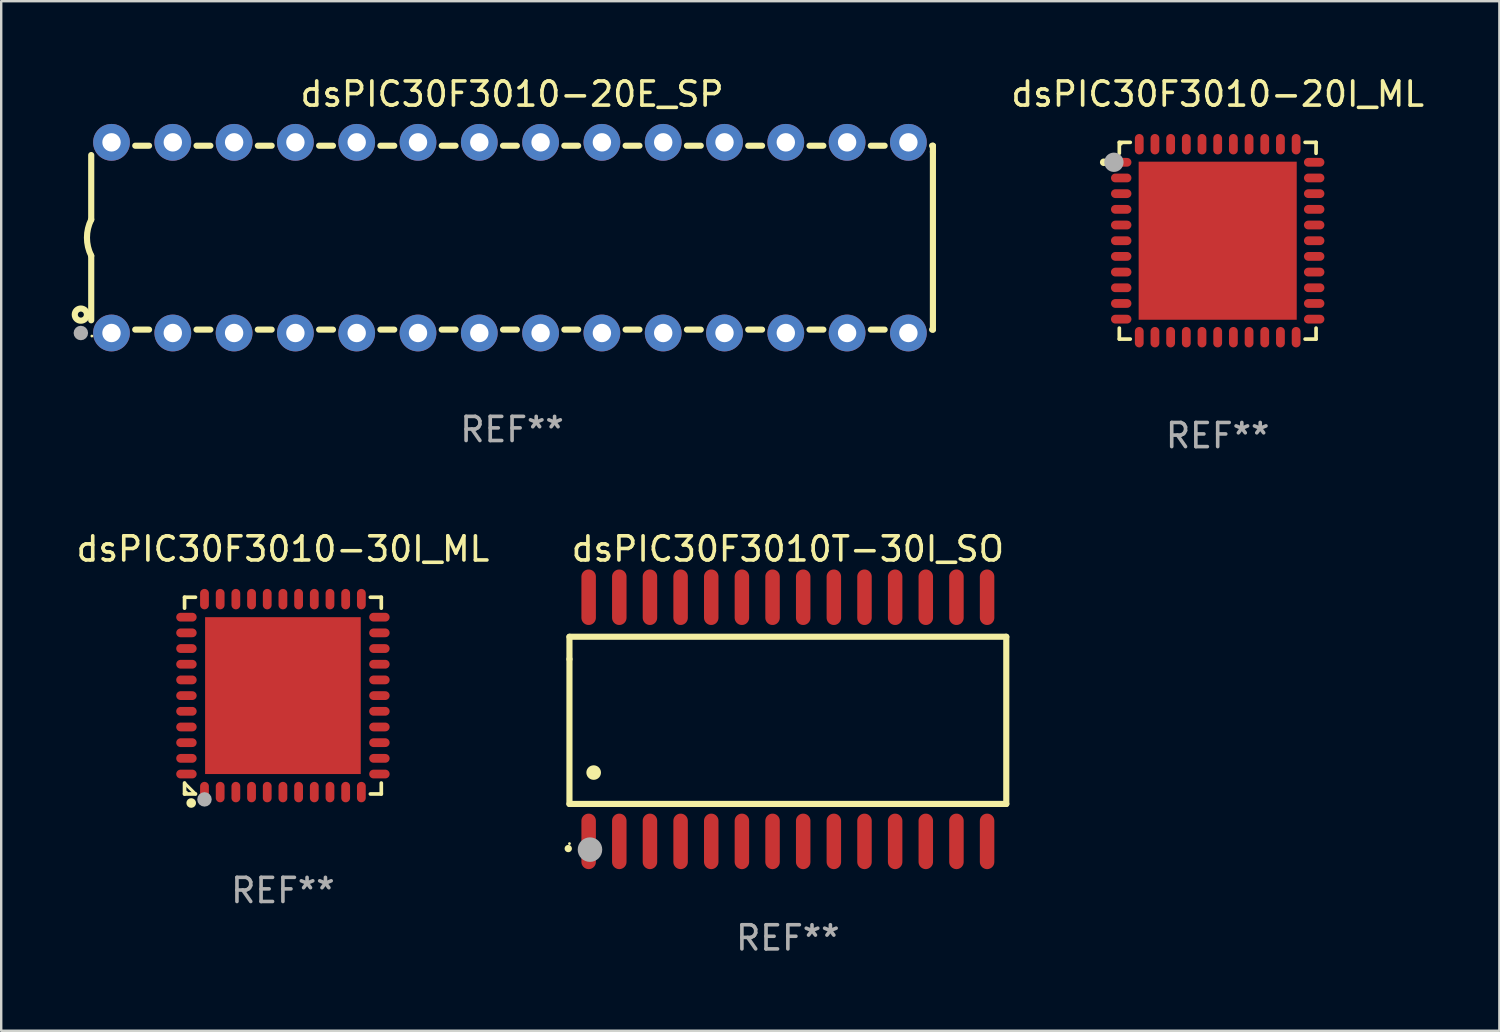
<source format=kicad_pcb>
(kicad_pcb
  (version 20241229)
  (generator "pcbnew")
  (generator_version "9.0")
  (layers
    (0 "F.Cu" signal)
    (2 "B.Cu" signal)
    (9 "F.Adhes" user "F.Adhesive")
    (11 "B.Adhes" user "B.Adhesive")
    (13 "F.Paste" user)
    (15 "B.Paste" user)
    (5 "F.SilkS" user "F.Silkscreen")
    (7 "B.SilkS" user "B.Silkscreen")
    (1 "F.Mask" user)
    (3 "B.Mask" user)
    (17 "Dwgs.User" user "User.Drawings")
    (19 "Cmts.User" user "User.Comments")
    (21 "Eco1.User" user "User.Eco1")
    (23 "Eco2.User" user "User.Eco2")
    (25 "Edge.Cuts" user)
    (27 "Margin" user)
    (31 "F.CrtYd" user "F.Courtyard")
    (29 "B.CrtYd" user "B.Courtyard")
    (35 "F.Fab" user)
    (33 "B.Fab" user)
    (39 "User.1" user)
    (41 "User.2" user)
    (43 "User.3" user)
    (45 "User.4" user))
  (footprint "dsPIC30F3010-30I_ML"
    (layer "F.Cu")
    (at 8.673 25.773)
    (property "Reference" "dsPIC30F3010-30I_ML" (at 0 -6.076 0) (layer "F.SilkS") (effects (font (size 1 1) (thickness 0.15))))
    (attr through_hole)
    (fp_line (start -4.076 -4.076) (end -3.623 -4.076) (stroke (width 0.152) (type solid)) (layer "F.SilkS"))
    (fp_line (start -4.076 -3.623) (end -4.076 -4.076) (stroke (width 0.152) (type solid)) (layer "F.SilkS"))
    (fp_line (start -4.076 3.623) (end -4.076 4.076) (stroke (width 0.152) (type solid)) (layer "F.SilkS"))
    (fp_line (start -4.076 4.076) (end -3.623 4.076) (stroke (width 0.152) (type solid)) (layer "F.SilkS"))
    (fp_line (start -3.623 4.076) (end -4.076 3.623) (stroke (width 0.127) (type solid)) (layer "F.SilkS"))
    (fp_line (start 4.076 -4.076) (end 3.623 -4.076) (stroke (width 0.152) (type solid)) (layer "F.SilkS"))
    (fp_line (start 4.076 -3.623) (end 4.076 -4.076) (stroke (width 0.152) (type solid)) (layer "F.SilkS"))
    (fp_line (start 4.076 3.623) (end 4.076 4.076) (stroke (width 0.152) (type solid)) (layer "F.SilkS"))
    (fp_line (start 4.076 4.076) (end 3.623 4.076) (stroke (width 0.152) (type solid)) (layer "F.SilkS"))
    (fp_circle (center -4 4) (end -3.97 4) (stroke (width 0.06) (type solid)) (fill no) (layer "F.SilkS"))
    (fp_circle (center -3.8 4.45) (end -3.7 4.45) (stroke (width 0.2) (type solid)) (fill no) (layer "F.SilkS"))
    (fp_circle (center -3.25 4.3) (end -3.1 4.3) (stroke (width 0.3) (type solid)) (fill no) (layer "F.Fab"))
    (fp_text user "REF**" (at 0 8.076 0) (layer "F.Fab") (effects (font (size 1 1) (thickness 0.15))))
    (pad "1" smd oval (at -3.25 3.998) (size 0.364 0.847) (layers "F.Cu" "F.Mask" "F.Paste"))
    (pad "2" smd oval (at -2.6 3.998) (size 0.364 0.847) (layers "F.Cu" "F.Mask" "F.Paste"))
    (pad "3" smd oval (at -1.95 3.998) (size 0.364 0.847) (layers "F.Cu" "F.Mask" "F.Paste"))
    (pad "4" smd oval (at -1.3 3.998) (size 0.364 0.847) (layers "F.Cu" "F.Mask" "F.Paste"))
    (pad "5" smd oval (at -0.65 3.998) (size 0.364 0.847) (layers "F.Cu" "F.Mask" "F.Paste"))
    (pad "6" smd oval (at 0 3.998) (size 0.364 0.847) (layers "F.Cu" "F.Mask" "F.Paste"))
    (pad "7" smd oval (at 0.65 3.998) (size 0.364 0.847) (layers "F.Cu" "F.Mask" "F.Paste"))
    (pad "8" smd oval (at 1.3 3.998) (size 0.364 0.847) (layers "F.Cu" "F.Mask" "F.Paste"))
    (pad "9" smd oval (at 1.95 3.998) (size 0.364 0.847) (layers "F.Cu" "F.Mask" "F.Paste"))
    (pad "10" smd oval (at 2.6 3.998) (size 0.364 0.847) (layers "F.Cu" "F.Mask" "F.Paste"))
    (pad "11" smd oval (at 3.25 3.998) (size 0.364 0.847) (layers "F.Cu" "F.Mask" "F.Paste"))
    (pad "12" smd oval (at 3.998 3.25) (size 0.847 0.364) (layers "F.Cu" "F.Mask" "F.Paste"))
    (pad "13" smd oval (at 3.998 2.6) (size 0.847 0.364) (layers "F.Cu" "F.Mask" "F.Paste"))
    (pad "14" smd oval (at 3.998 1.95) (size 0.847 0.364) (layers "F.Cu" "F.Mask" "F.Paste"))
    (pad "15" smd oval (at 3.998 1.3) (size 0.847 0.364) (layers "F.Cu" "F.Mask" "F.Paste"))
    (pad "16" smd oval (at 3.998 0.65) (size 0.847 0.364) (layers "F.Cu" "F.Mask" "F.Paste"))
    (pad "17" smd oval (at 3.998 0) (size 0.847 0.364) (layers "F.Cu" "F.Mask" "F.Paste"))
    (pad "18" smd oval (at 3.998 -0.65) (size 0.847 0.364) (layers "F.Cu" "F.Mask" "F.Paste"))
    (pad "19" smd oval (at 3.998 -1.3) (size 0.847 0.364) (layers "F.Cu" "F.Mask" "F.Paste"))
    (pad "20" smd oval (at 3.998 -1.95) (size 0.847 0.364) (layers "F.Cu" "F.Mask" "F.Paste"))
    (pad "21" smd oval (at 3.998 -2.6) (size 0.847 0.364) (layers "F.Cu" "F.Mask" "F.Paste"))
    (pad "22" smd oval (at 3.998 -3.25) (size 0.847 0.364) (layers "F.Cu" "F.Mask" "F.Paste"))
    (pad "23" smd oval (at 3.25 -3.998) (size 0.364 0.847) (layers "F.Cu" "F.Mask" "F.Paste"))
    (pad "24" smd oval (at 2.6 -3.998) (size 0.364 0.847) (layers "F.Cu" "F.Mask" "F.Paste"))
    (pad "25" smd oval (at 1.95 -3.998) (size 0.364 0.847) (layers "F.Cu" "F.Mask" "F.Paste"))
    (pad "26" smd oval (at 1.3 -3.998) (size 0.364 0.847) (layers "F.Cu" "F.Mask" "F.Paste"))
    (pad "27" smd oval (at 0.65 -3.998) (size 0.364 0.847) (layers "F.Cu" "F.Mask" "F.Paste"))
    (pad "28" smd oval (at 0 -3.998) (size 0.364 0.847) (layers "F.Cu" "F.Mask" "F.Paste"))
    (pad "29" smd oval (at -0.65 -3.998) (size 0.364 0.847) (layers "F.Cu" "F.Mask" "F.Paste"))
    (pad "30" smd oval (at -1.3 -3.998) (size 0.364 0.847) (layers "F.Cu" "F.Mask" "F.Paste"))
    (pad "31" smd oval (at -1.95 -3.998) (size 0.364 0.847) (layers "F.Cu" "F.Mask" "F.Paste"))
    (pad "32" smd oval (at -2.6 -3.998) (size 0.364 0.847) (layers "F.Cu" "F.Mask" "F.Paste"))
    (pad "33" smd oval (at -3.25 -3.998) (size 0.364 0.847) (layers "F.Cu" "F.Mask" "F.Paste"))
    (pad "34" smd oval (at -3.998 -3.25) (size 0.847 0.364) (layers "F.Cu" "F.Mask" "F.Paste"))
    (pad "35" smd oval (at -3.998 -2.6) (size 0.847 0.364) (layers "F.Cu" "F.Mask" "F.Paste"))
    (pad "36" smd oval (at -3.998 -1.95) (size 0.847 0.364) (layers "F.Cu" "F.Mask" "F.Paste"))
    (pad "37" smd oval (at -3.998 -1.3) (size 0.847 0.364) (layers "F.Cu" "F.Mask" "F.Paste"))
    (pad "38" smd oval (at -3.998 -0.65) (size 0.847 0.364) (layers "F.Cu" "F.Mask" "F.Paste"))
    (pad "39" smd oval (at -3.998 0) (size 0.847 0.364) (layers "F.Cu" "F.Mask" "F.Paste"))
    (pad "40" smd oval (at -3.998 0.65) (size 0.847 0.364) (layers "F.Cu" "F.Mask" "F.Paste"))
    (pad "41" smd oval (at -3.998 1.3) (size 0.847 0.364) (layers "F.Cu" "F.Mask" "F.Paste"))
    (pad "42" smd oval (at -3.998 1.95) (size 0.847 0.364) (layers "F.Cu" "F.Mask" "F.Paste"))
    (pad "43" smd oval (at -3.998 2.6) (size 0.847 0.364) (layers "F.Cu" "F.Mask" "F.Paste"))
    (pad "44" smd oval (at -3.998 3.25) (size 0.847 0.364) (layers "F.Cu" "F.Mask" "F.Paste"))
    (pad "45" smd rect (at 0 0) (size 6.45 6.5) (layers "F.Cu" "F.Mask" "F.Paste")))
  (footprint "dsPIC30F3010-20E_SP"
    (layer "F.Cu")
    (at 18.168 6.798)
    (property "Reference" "dsPIC30F3010-20E_SP" (at 0 -5.95 0) (layer "F.SilkS") (effects (font (size 1 1) (thickness 0.15))))
    (attr through_hole)
    (fp_line (start -17.438 0.75) (end -17.438 3.423) (stroke (width 0.254) (type solid)) (layer "F.SilkS"))
    (fp_line (start -17.438 -3.423) (end -17.438 -0.75) (stroke (width 0.254) (type solid)) (layer "F.SilkS"))
    (fp_line (start -15.615 3.81) (end -15.041 3.81) (stroke (width 0.254) (type solid)) (layer "F.SilkS"))
    (fp_line (start -15.041 -3.81) (end -15.614 -3.81) (stroke (width 0.254) (type solid)) (layer "F.SilkS"))
    (fp_line (start -13.075 3.81) (end -12.501 3.81) (stroke (width 0.254) (type solid)) (layer "F.SilkS"))
    (fp_line (start -12.501 -3.81) (end -13.074 -3.81) (stroke (width 0.254) (type solid)) (layer "F.SilkS"))
    (fp_line (start -10.535 3.81) (end -9.961 3.81) (stroke (width 0.254) (type solid)) (layer "F.SilkS"))
    (fp_line (start -9.961 -3.81) (end -10.534 -3.81) (stroke (width 0.254) (type solid)) (layer "F.SilkS"))
    (fp_line (start -7.995 3.81) (end -7.421 3.81) (stroke (width 0.254) (type solid)) (layer "F.SilkS"))
    (fp_line (start -7.421 -3.81) (end -7.995 -3.81) (stroke (width 0.254) (type solid)) (layer "F.SilkS"))
    (fp_line (start -5.455 3.81) (end -4.881 3.81) (stroke (width 0.254) (type solid)) (layer "F.SilkS"))
    (fp_line (start -4.881 -3.81) (end -5.455 -3.81) (stroke (width 0.254) (type solid)) (layer "F.SilkS"))
    (fp_line (start -2.915 3.81) (end -2.341 3.81) (stroke (width 0.254) (type solid)) (layer "F.SilkS"))
    (fp_line (start -2.341 -3.81) (end -2.915 -3.81) (stroke (width 0.254) (type solid)) (layer "F.SilkS"))
    (fp_line (start -0.375 3.81) (end 0.199 3.81) (stroke (width 0.254) (type solid)) (layer "F.SilkS"))
    (fp_line (start 0.199 -3.81) (end -0.375 -3.81) (stroke (width 0.254) (type solid)) (layer "F.SilkS"))
    (fp_line (start 2.165 3.81) (end 2.739 3.81) (stroke (width 0.254) (type solid)) (layer "F.SilkS"))
    (fp_line (start 2.739 -3.81) (end 2.165 -3.81) (stroke (width 0.254) (type solid)) (layer "F.SilkS"))
    (fp_line (start 4.705 3.81) (end 5.279 3.81) (stroke (width 0.254) (type solid)) (layer "F.SilkS"))
    (fp_line (start 5.279 -3.81) (end 4.705 -3.81) (stroke (width 0.254) (type solid)) (layer "F.SilkS"))
    (fp_line (start 7.245 3.81) (end 7.819 3.81) (stroke (width 0.254) (type solid)) (layer "F.SilkS"))
    (fp_line (start 7.819 -3.81) (end 7.245 -3.81) (stroke (width 0.254) (type solid)) (layer "F.SilkS"))
    (fp_line (start 9.785 3.81) (end 10.359 3.81) (stroke (width 0.254) (type solid)) (layer "F.SilkS"))
    (fp_line (start 10.359 -3.81) (end 9.785 -3.81) (stroke (width 0.254) (type solid)) (layer "F.SilkS"))
    (fp_line (start 12.325 3.81) (end 12.899 3.81) (stroke (width 0.254) (type solid)) (layer "F.SilkS"))
    (fp_line (start 12.899 -3.81) (end 12.325 -3.81) (stroke (width 0.254) (type solid)) (layer "F.SilkS"))
    (fp_line (start 14.865 3.81) (end 15.439 3.81) (stroke (width 0.254) (type solid)) (layer "F.SilkS"))
    (fp_line (start 15.439 -3.81) (end 14.865 -3.81) (stroke (width 0.254) (type solid)) (layer "F.SilkS"))
    (fp_line (start 17.405 3.81) (end 17.438 3.81) (stroke (width 0.254) (type solid)) (layer "F.SilkS"))
    (fp_line (start 17.438 -3.81) (end 17.405 -3.81) (stroke (width 0.254) (type solid)) (layer "F.SilkS"))
    (fp_line (start 17.438 -3.556) (end 17.438 -3.81) (stroke (width 0.254) (type solid)) (layer "F.SilkS"))
    (fp_line (start 17.438 3.81) (end 17.438 -3.556) (stroke (width 0.254) (type solid)) (layer "F.SilkS"))
    (fp_arc (start -17.437986 0.749657) (mid -17.614887 -0.000024) (end -17.437783 -0.749657) (stroke (width 0.254001) (type solid)) (layer "F.SilkS"))
    (fp_circle (center -17.868 3.188) (end -17.743 3.188) (stroke (width 0.254) (type solid)) (fill no) (layer "F.SilkS"))
    (fp_circle (center -17.411 4.077) (end -17.381 4.077) (stroke (width 0.06) (type solid)) (fill no) (layer "F.SilkS"))
    (fp_circle (center -17.868 3.95) (end -17.718 3.95) (stroke (width 0.3) (type solid)) (fill no) (layer "F.Fab"))
    (fp_text user "REF**" (at 0 7.95 0) (layer "F.Fab") (effects (font (size 1 1) (thickness 0.15))))
    (pad "1" thru_hole circle (at -16.598 3.95) (size 1.524 1.524) (drill 0.762) (layers "*.Cu" "*.Mask"))
    (pad "2" thru_hole circle (at -14.058 3.95) (size 1.524 1.524) (drill 0.762) (layers "*.Cu" "*.Mask"))
    (pad "3" thru_hole circle (at -11.518 3.95) (size 1.524 1.524) (drill 0.762) (layers "*.Cu" "*.Mask"))
    (pad "4" thru_hole circle (at -8.978 3.95) (size 1.524 1.524) (drill 0.762) (layers "*.Cu" "*.Mask"))
    (pad "5" thru_hole circle (at -6.438 3.95) (size 1.524 1.524) (drill 0.762) (layers "*.Cu" "*.Mask"))
    (pad "6" thru_hole circle (at -3.898 3.95) (size 1.524 1.524) (drill 0.762) (layers "*.Cu" "*.Mask"))
    (pad "7" thru_hole circle (at -1.358 3.95) (size 1.524 1.524) (drill 0.762) (layers "*.Cu" "*.Mask"))
    (pad "8" thru_hole circle (at 1.182 3.95) (size 1.524 1.524) (drill 0.762) (layers "*.Cu" "*.Mask"))
    (pad "9" thru_hole circle (at 3.722 3.95) (size 1.524 1.524) (drill 0.762) (layers "*.Cu" "*.Mask"))
    (pad "10" thru_hole circle (at 6.262 3.95) (size 1.524 1.524) (drill 0.762) (layers "*.Cu" "*.Mask"))
    (pad "11" thru_hole circle (at 8.802 3.95) (size 1.524 1.524) (drill 0.762) (layers "*.Cu" "*.Mask"))
    (pad "12" thru_hole circle (at 11.342 3.95) (size 1.524 1.524) (drill 0.762) (layers "*.Cu" "*.Mask"))
    (pad "13" thru_hole circle (at 13.882 3.95) (size 1.524 1.524) (drill 0.762) (layers "*.Cu" "*.Mask"))
    (pad "14" thru_hole circle (at 16.422 3.95) (size 1.524 1.524) (drill 0.762) (layers "*.Cu" "*.Mask"))
    (pad "15" thru_hole circle (at 16.422 -3.95) (size 1.524 1.524) (drill 0.762) (layers "*.Cu" "*.Mask"))
    (pad "16" thru_hole circle (at 13.882 -3.95) (size 1.524 1.524) (drill 0.762) (layers "*.Cu" "*.Mask"))
    (pad "17" thru_hole circle (at 11.342 -3.95) (size 1.524 1.524) (drill 0.762) (layers "*.Cu" "*.Mask"))
    (pad "18" thru_hole circle (at 8.802 -3.95) (size 1.524 1.524) (drill 0.762) (layers "*.Cu" "*.Mask"))
    (pad "19" thru_hole circle (at 6.262 -3.95) (size 1.524 1.524) (drill 0.762) (layers "*.Cu" "*.Mask"))
    (pad "20" thru_hole circle (at 3.722 -3.95) (size 1.524 1.524) (drill 0.762) (layers "*.Cu" "*.Mask"))
    (pad "21" thru_hole circle (at 1.182 -3.95) (size 1.524 1.524) (drill 0.762) (layers "*.Cu" "*.Mask"))
    (pad "22" thru_hole circle (at -1.358 -3.95) (size 1.524 1.524) (drill 0.762) (layers "*.Cu" "*.Mask"))
    (pad "23" thru_hole circle (at -3.898 -3.95) (size 1.524 1.524) (drill 0.762) (layers "*.Cu" "*.Mask"))
    (pad "24" thru_hole circle (at -6.438 -3.95) (size 1.524 1.524) (drill 0.762) (layers "*.Cu" "*.Mask"))
    (pad "25" thru_hole circle (at -8.978 -3.95) (size 1.524 1.524) (drill 0.762) (layers "*.Cu" "*.Mask"))
    (pad "26" thru_hole circle (at -11.517 -3.95) (size 1.524 1.524) (drill 0.762) (layers "*.Cu" "*.Mask"))
    (pad "27" thru_hole circle (at -14.057 -3.95) (size 1.524 1.524) (drill 0.762) (layers "*.Cu" "*.Mask"))
    (pad "28" thru_hole circle (at -16.597 -3.95) (size 1.524 1.524) (drill 0.762) (layers "*.Cu" "*.Mask")))
  (footprint "dsPIC30F3010-20I_ML"
    (layer "F.Cu")
    (at 47.406 6.924)
    (property "Reference" "dsPIC30F3010-20I_ML" (at 0 -6.076 0) (layer "F.SilkS") (effects (font (size 1 1) (thickness 0.15))))
    (attr through_hole)
    (fp_line (start -4.076 -4.076) (end -4.076 -3.622) (stroke (width 0.152) (type solid)) (layer "F.SilkS"))
    (fp_line (start -4.076 4.076) (end -4.076 3.622) (stroke (width 0.152) (type solid)) (layer "F.SilkS"))
    (fp_line (start -3.622 -4.076) (end -4.076 -4.076) (stroke (width 0.152) (type solid)) (layer "F.SilkS"))
    (fp_line (start -3.622 4.076) (end -4.076 4.076) (stroke (width 0.152) (type solid)) (layer "F.SilkS"))
    (fp_line (start 3.622 -4.076) (end 4.076 -4.076) (stroke (width 0.152) (type solid)) (layer "F.SilkS"))
    (fp_line (start 3.622 4.076) (end 4.076 4.076) (stroke (width 0.152) (type solid)) (layer "F.SilkS"))
    (fp_line (start 4.076 -4.076) (end 4.076 -3.622) (stroke (width 0.152) (type solid)) (layer "F.SilkS"))
    (fp_line (start 4.076 4.076) (end 4.076 3.622) (stroke (width 0.152) (type solid)) (layer "F.SilkS"))
    (fp_circle (center -4.722 -3.25) (end -4.643 -3.25) (stroke (width 0.158) (type solid)) (fill no) (layer "F.SilkS"))
    (fp_circle (center -4 -4) (end -3.97 -4) (stroke (width 0.06) (type solid)) (fill no) (layer "F.SilkS"))
    (fp_circle (center -4.3 -3.25) (end -4.1 -3.25) (stroke (width 0.4) (type solid)) (fill no) (layer "F.Fab"))
    (fp_text user "REF**" (at 0 8.076 0) (layer "F.Fab") (effects (font (size 1 1) (thickness 0.15))))
    (pad "1" smd oval (at -3.998 -3.25 270) (size 0.364 0.847) (layers "F.Cu" "F.Mask" "F.Paste"))
    (pad "2" smd oval (at -3.998 -2.6 270) (size 0.364 0.847) (layers "F.Cu" "F.Mask" "F.Paste"))
    (pad "3" smd oval (at -3.998 -1.95 270) (size 0.364 0.847) (layers "F.Cu" "F.Mask" "F.Paste"))
    (pad "4" smd oval (at -3.998 -1.3 270) (size 0.364 0.847) (layers "F.Cu" "F.Mask" "F.Paste"))
    (pad "5" smd oval (at -3.998 -0.65 270) (size 0.364 0.847) (layers "F.Cu" "F.Mask" "F.Paste"))
    (pad "6" smd oval (at -3.998 0 270) (size 0.364 0.847) (layers "F.Cu" "F.Mask" "F.Paste"))
    (pad "7" smd oval (at -3.998 0.65 270) (size 0.364 0.847) (layers "F.Cu" "F.Mask" "F.Paste"))
    (pad "8" smd oval (at -3.998 1.3 270) (size 0.364 0.847) (layers "F.Cu" "F.Mask" "F.Paste"))
    (pad "9" smd oval (at -3.998 1.95 270) (size 0.364 0.847) (layers "F.Cu" "F.Mask" "F.Paste"))
    (pad "10" smd oval (at -3.998 2.6 270) (size 0.364 0.847) (layers "F.Cu" "F.Mask" "F.Paste"))
    (pad "11" smd oval (at -3.998 3.25 270) (size 0.364 0.847) (layers "F.Cu" "F.Mask" "F.Paste"))
    (pad "12" smd oval (at -3.25 3.998 270) (size 0.847 0.364) (layers "F.Cu" "F.Mask" "F.Paste"))
    (pad "13" smd oval (at -2.6 3.998 270) (size 0.847 0.364) (layers "F.Cu" "F.Mask" "F.Paste"))
    (pad "14" smd oval (at -1.95 3.998 270) (size 0.847 0.364) (layers "F.Cu" "F.Mask" "F.Paste"))
    (pad "15" smd oval (at -1.3 3.998 270) (size 0.847 0.364) (layers "F.Cu" "F.Mask" "F.Paste"))
    (pad "16" smd oval (at -0.65 3.998 270) (size 0.847 0.364) (layers "F.Cu" "F.Mask" "F.Paste"))
    (pad "17" smd oval (at 0 3.998 270) (size 0.847 0.364) (layers "F.Cu" "F.Mask" "F.Paste"))
    (pad "18" smd oval (at 0.65 3.998 270) (size 0.847 0.364) (layers "F.Cu" "F.Mask" "F.Paste"))
    (pad "19" smd oval (at 1.3 3.998 270) (size 0.847 0.364) (layers "F.Cu" "F.Mask" "F.Paste"))
    (pad "20" smd oval (at 1.95 3.998 270) (size 0.847 0.364) (layers "F.Cu" "F.Mask" "F.Paste"))
    (pad "21" smd oval (at 2.6 3.998 270) (size 0.847 0.364) (layers "F.Cu" "F.Mask" "F.Paste"))
    (pad "22" smd oval (at 3.25 3.998 270) (size 0.847 0.364) (layers "F.Cu" "F.Mask" "F.Paste"))
    (pad "23" smd oval (at 3.998 3.25 270) (size 0.364 0.847) (layers "F.Cu" "F.Mask" "F.Paste"))
    (pad "24" smd oval (at 3.998 2.6 270) (size 0.364 0.847) (layers "F.Cu" "F.Mask" "F.Paste"))
    (pad "25" smd oval (at 3.998 1.95 270) (size 0.364 0.847) (layers "F.Cu" "F.Mask" "F.Paste"))
    (pad "26" smd oval (at 3.998 1.3 270) (size 0.364 0.847) (layers "F.Cu" "F.Mask" "F.Paste"))
    (pad "27" smd oval (at 3.998 0.65 270) (size 0.364 0.847) (layers "F.Cu" "F.Mask" "F.Paste"))
    (pad "28" smd oval (at 3.998 0 270) (size 0.364 0.847) (layers "F.Cu" "F.Mask" "F.Paste"))
    (pad "29" smd oval (at 3.998 -0.65 270) (size 0.364 0.847) (layers "F.Cu" "F.Mask" "F.Paste"))
    (pad "30" smd oval (at 3.998 -1.3 270) (size 0.364 0.847) (layers "F.Cu" "F.Mask" "F.Paste"))
    (pad "31" smd oval (at 3.998 -1.95 270) (size 0.364 0.847) (layers "F.Cu" "F.Mask" "F.Paste"))
    (pad "32" smd oval (at 3.998 -2.6 270) (size 0.364 0.847) (layers "F.Cu" "F.Mask" "F.Paste"))
    (pad "33" smd oval (at 3.998 -3.25 270) (size 0.364 0.847) (layers "F.Cu" "F.Mask" "F.Paste"))
    (pad "34" smd oval (at 3.25 -3.998 270) (size 0.847 0.364) (layers "F.Cu" "F.Mask" "F.Paste"))
    (pad "35" smd oval (at 2.6 -3.998 270) (size 0.847 0.364) (layers "F.Cu" "F.Mask" "F.Paste"))
    (pad "36" smd oval (at 1.95 -3.998 270) (size 0.847 0.364) (layers "F.Cu" "F.Mask" "F.Paste"))
    (pad "37" smd oval (at 1.3 -3.998 270) (size 0.847 0.364) (layers "F.Cu" "F.Mask" "F.Paste"))
    (pad "38" smd oval (at 0.65 -3.998 270) (size 0.847 0.364) (layers "F.Cu" "F.Mask" "F.Paste"))
    (pad "39" smd oval (at 0 -3.998 270) (size 0.847 0.364) (layers "F.Cu" "F.Mask" "F.Paste"))
    (pad "40" smd oval (at -0.65 -3.998 270) (size 0.847 0.364) (layers "F.Cu" "F.Mask" "F.Paste"))
    (pad "41" smd oval (at -1.3 -3.998 270) (size 0.847 0.364) (layers "F.Cu" "F.Mask" "F.Paste"))
    (pad "42" smd oval (at -1.95 -3.998 270) (size 0.847 0.364) (layers "F.Cu" "F.Mask" "F.Paste"))
    (pad "43" smd oval (at -2.6 -3.998 270) (size 0.847 0.364) (layers "F.Cu" "F.Mask" "F.Paste"))
    (pad "44" smd oval (at -3.25 -3.998 270) (size 0.847 0.364) (layers "F.Cu" "F.Mask" "F.Paste"))
    (pad "45" smd rect (at 0 0 270) (size 6.55 6.55) (layers "F.Cu" "F.Mask" "F.Paste")))
  (footprint "dsPIC30F3010T-30I_SO"
    (layer "F.Cu")
    (at 29.596 26.755)
    (property "Reference" "dsPIC30F3010T-30I_SO" (at 0 -7.058 0) (layer "F.SilkS") (effects (font (size 1 1) (thickness 0.15))))
    (attr through_hole)
    (fp_line (start -9.05 -3.42) (end 9.05 -3.42) (stroke (width 0.254) (type solid)) (layer "F.SilkS"))
    (fp_line (start -9.05 -2.492) (end -9.05 -3.42) (stroke (width 0.254) (type solid)) (layer "F.SilkS"))
    (fp_line (start -9.05 3.508) (end -9.05 -2.492) (stroke (width 0.254) (type solid)) (layer "F.SilkS"))
    (fp_line (start 9.05 -3.42) (end 9.05 3.508) (stroke (width 0.254) (type solid)) (layer "F.SilkS"))
    (fp_line (start 9.05 3.508) (end -9.05 3.508) (stroke (width 0.254) (type solid)) (layer "F.SilkS"))
    (fp_arc (start -9.100838 5.35649) (mid -9.099568 5.356485) (end -9.098298 5.35649) (stroke (width 0.3) (type solid)) (layer "F.SilkS"))
    (fp_arc (start -8.049276 2.206883) (mid -8.046736 2.206872) (end -8.044196 2.206883) (stroke (width 0.6) (type solid)) (layer "F.SilkS"))
    (fp_circle (center -9.05 5.15) (end -9.02 5.15) (stroke (width 0.06) (type solid)) (fill no) (layer "F.SilkS"))
    (fp_circle (center -8.2 5.4) (end -7.946 5.4) (stroke (width 0.508) (type solid)) (fill no) (layer "F.Fab"))
    (fp_text user "REF**" (at 0 9.058 0) (layer "F.Fab") (effects (font (size 1 1) (thickness 0.15))))
    (pad "1" smd oval (at -8.255 5.058 180) (size 0.6 2.3) (layers "F.Cu" "F.Mask" "F.Paste"))
    (pad "2" smd oval (at -6.985 5.058 180) (size 0.6 2.3) (layers "F.Cu" "F.Mask" "F.Paste"))
    (pad "3" smd oval (at -5.715 5.058 180) (size 0.6 2.3) (layers "F.Cu" "F.Mask" "F.Paste"))
    (pad "4" smd oval (at -4.445 5.058 180) (size 0.6 2.3) (layers "F.Cu" "F.Mask" "F.Paste"))
    (pad "5" smd oval (at -3.175 5.058 180) (size 0.6 2.3) (layers "F.Cu" "F.Mask" "F.Paste"))
    (pad "6" smd oval (at -1.905 5.058 180) (size 0.6 2.3) (layers "F.Cu" "F.Mask" "F.Paste"))
    (pad "7" smd oval (at -0.635 5.058 180) (size 0.6 2.3) (layers "F.Cu" "F.Mask" "F.Paste"))
    (pad "8" smd oval (at 0.635 5.058 180) (size 0.6 2.3) (layers "F.Cu" "F.Mask" "F.Paste"))
    (pad "9" smd oval (at 1.905 5.058 180) (size 0.6 2.3) (layers "F.Cu" "F.Mask" "F.Paste"))
    (pad "10" smd oval (at 3.175 5.058 180) (size 0.6 2.3) (layers "F.Cu" "F.Mask" "F.Paste"))
    (pad "11" smd oval (at 4.445 5.058 180) (size 0.6 2.3) (layers "F.Cu" "F.Mask" "F.Paste"))
    (pad "12" smd oval (at 5.715 5.058 180) (size 0.6 2.3) (layers "F.Cu" "F.Mask" "F.Paste"))
    (pad "13" smd oval (at 6.985 5.058 180) (size 0.6 2.3) (layers "F.Cu" "F.Mask" "F.Paste"))
    (pad "14" smd oval (at 8.255 5.058 180) (size 0.6 2.3) (layers "F.Cu" "F.Mask" "F.Paste"))
    (pad "15" smd oval (at 8.255 -5.058 180) (size 0.6 2.3) (layers "F.Cu" "F.Mask" "F.Paste"))
    (pad "16" smd oval (at 6.985 -5.058 180) (size 0.6 2.3) (layers "F.Cu" "F.Mask" "F.Paste"))
    (pad "17" smd oval (at 5.715 -5.058 180) (size 0.6 2.3) (layers "F.Cu" "F.Mask" "F.Paste"))
    (pad "18" smd oval (at 4.445 -5.058 180) (size 0.6 2.3) (layers "F.Cu" "F.Mask" "F.Paste"))
    (pad "19" smd oval (at 3.175 -5.058 180) (size 0.6 2.3) (layers "F.Cu" "F.Mask" "F.Paste"))
    (pad "20" smd oval (at 1.905 -5.058 180) (size 0.6 2.3) (layers "F.Cu" "F.Mask" "F.Paste"))
    (pad "21" smd oval (at 0.635 -5.058 180) (size 0.6 2.3) (layers "F.Cu" "F.Mask" "F.Paste"))
    (pad "22" smd oval (at -0.635 -5.058 180) (size 0.6 2.3) (layers "F.Cu" "F.Mask" "F.Paste"))
    (pad "23" smd oval (at -1.905 -5.058 180) (size 0.6 2.3) (layers "F.Cu" "F.Mask" "F.Paste"))
    (pad "24" smd oval (at -3.175 -5.058 180) (size 0.6 2.3) (layers "F.Cu" "F.Mask" "F.Paste"))
    (pad "25" smd oval (at -4.445 -5.058 180) (size 0.6 2.3) (layers "F.Cu" "F.Mask" "F.Paste"))
    (pad "26" smd oval (at -5.715 -5.058 180) (size 0.6 2.3) (layers "F.Cu" "F.Mask" "F.Paste"))
    (pad "27" smd oval (at -6.985 -5.058 180) (size 0.6 2.3) (layers "F.Cu" "F.Mask" "F.Paste"))
    (pad "28" smd oval (at -8.255 -5.058 180) (size 0.6 2.3) (layers "F.Cu" "F.Mask" "F.Paste")))
  (gr_rect
    (start -3 -3)
    (end 59.078 39.661)
    (stroke (width 0.1) (type default))
    (fill no)
    (layer "Edge.Cuts")))
</source>
